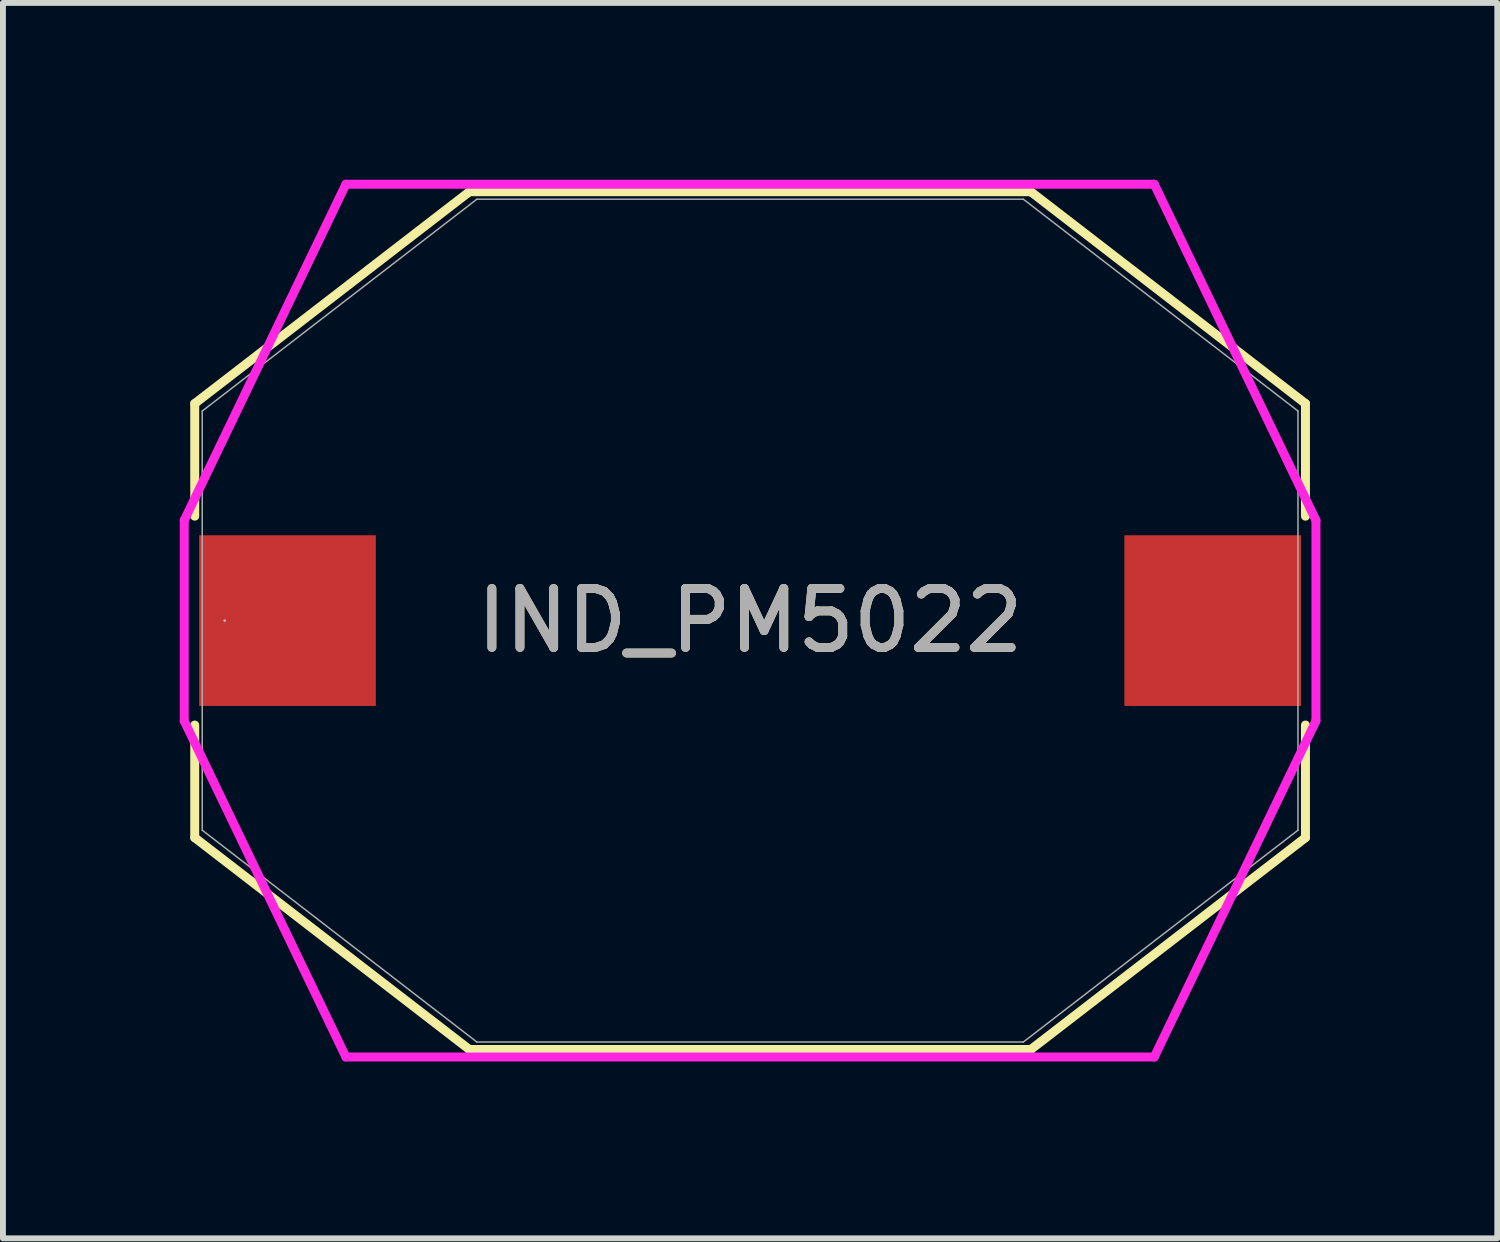
<source format=kicad_pcb>
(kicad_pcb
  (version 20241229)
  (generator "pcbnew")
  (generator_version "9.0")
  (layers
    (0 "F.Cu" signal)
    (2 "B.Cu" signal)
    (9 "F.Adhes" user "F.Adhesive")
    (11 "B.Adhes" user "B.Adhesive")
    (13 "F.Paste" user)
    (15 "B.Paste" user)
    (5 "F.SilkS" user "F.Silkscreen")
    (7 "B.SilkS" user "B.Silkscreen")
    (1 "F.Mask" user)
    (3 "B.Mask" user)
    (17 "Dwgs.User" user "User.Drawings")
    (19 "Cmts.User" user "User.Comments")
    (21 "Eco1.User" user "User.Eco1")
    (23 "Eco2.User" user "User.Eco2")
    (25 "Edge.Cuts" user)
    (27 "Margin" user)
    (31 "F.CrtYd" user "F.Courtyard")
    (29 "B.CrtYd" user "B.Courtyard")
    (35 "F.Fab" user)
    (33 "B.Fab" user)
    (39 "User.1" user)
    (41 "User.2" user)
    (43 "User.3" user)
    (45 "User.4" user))
  (footprint "IND_PM5022"
    (layer "F.Cu")
    (at 9.677 7.48)
    (property "Reference" "IND_PM5022" (at 0 0 0) (unlocked yes) (layer "F.SilkS") (effects (font (size 1 1) (thickness 0.15))))
    (attr smd)
    (fp_line (start -9.423 -3.683) (end -4.763 -7.277) (stroke (width 0.152) (type solid)) (layer "F.SilkS"))
    (fp_line (start -9.423 -1.772) (end -9.423 -3.683) (stroke (width 0.152) (type solid)) (layer "F.SilkS"))
    (fp_line (start -9.423 3.683) (end -9.423 1.772) (stroke (width 0.152) (type solid)) (layer "F.SilkS"))
    (fp_line (start -4.763 -7.277) (end 4.763 -7.277) (stroke (width 0.152) (type solid)) (layer "F.SilkS"))
    (fp_line (start -4.763 7.277) (end -9.423 3.683) (stroke (width 0.152) (type solid)) (layer "F.SilkS"))
    (fp_line (start 4.763 -7.277) (end 9.423 -3.683) (stroke (width 0.152) (type solid)) (layer "F.SilkS"))
    (fp_line (start 4.763 7.277) (end -4.763 7.277) (stroke (width 0.152) (type solid)) (layer "F.SilkS"))
    (fp_line (start 9.423 -3.683) (end 9.423 -1.772) (stroke (width 0.152) (type solid)) (layer "F.SilkS"))
    (fp_line (start 9.423 1.772) (end 9.423 3.683) (stroke (width 0.152) (type solid)) (layer "F.SilkS"))
    (fp_line (start 9.423 3.683) (end 4.763 7.277) (stroke (width 0.152) (type solid)) (layer "F.SilkS"))
    (fp_line (start -9.601 -1.702) (end -6.858 -7.404) (stroke (width 0.152) (type solid)) (layer "F.CrtYd"))
    (fp_line (start -9.601 1.702) (end -9.601 -1.702) (stroke (width 0.152) (type solid)) (layer "F.CrtYd"))
    (fp_line (start -6.858 -7.404) (end 6.858 -7.404) (stroke (width 0.152) (type solid)) (layer "F.CrtYd"))
    (fp_line (start -6.858 7.404) (end -9.601 1.702) (stroke (width 0.152) (type solid)) (layer "F.CrtYd"))
    (fp_line (start 6.858 -7.404) (end 9.601 -1.702) (stroke (width 0.152) (type solid)) (layer "F.CrtYd"))
    (fp_line (start 6.858 7.404) (end -6.858 7.404) (stroke (width 0.152) (type solid)) (layer "F.CrtYd"))
    (fp_line (start 9.601 -1.702) (end 9.601 1.702) (stroke (width 0.152) (type solid)) (layer "F.CrtYd"))
    (fp_line (start 9.601 1.702) (end 6.858 7.404) (stroke (width 0.152) (type solid)) (layer "F.CrtYd"))
    (fp_line (start -9.296 -3.556) (end -4.636 -7.15) (stroke (width 0.025) (type solid)) (layer "F.Fab"))
    (fp_line (start -9.296 3.556) (end -9.296 -3.556) (stroke (width 0.025) (type solid)) (layer "F.Fab"))
    (fp_line (start -4.636 -7.15) (end 4.636 -7.15) (stroke (width 0.025) (type solid)) (layer "F.Fab"))
    (fp_line (start -4.636 7.15) (end -9.296 3.556) (stroke (width 0.025) (type solid)) (layer "F.Fab"))
    (fp_line (start 4.636 -7.15) (end 9.296 -3.556) (stroke (width 0.025) (type solid)) (layer "F.Fab"))
    (fp_line (start 4.636 7.15) (end -4.636 7.15) (stroke (width 0.025) (type solid)) (layer "F.Fab"))
    (fp_line (start 9.296 -3.556) (end 9.296 3.556) (stroke (width 0.025) (type solid)) (layer "F.Fab"))
    (fp_line (start 9.296 3.556) (end 4.636 7.15) (stroke (width 0.025) (type solid)) (layer "F.Fab"))
    (fp_circle (center -8.915 0) (end -8.915 0) (stroke (width 0.025) (type solid)) (fill no) (layer "F.Fab"))
    (fp_text user "${REFERENCE}" (at 0 0 0) (unlocked yes) (layer "F.Fab") (effects (font (size 1 1) (thickness 0.15))))
    (pad "1" smd rect (at -7.849 0) (size 2.997 2.896) (layers "F.Cu" "F.Mask" "F.Paste"))
    (pad "2" smd rect (at 7.849 0) (size 2.997 2.896) (layers "F.Cu" "F.Mask" "F.Paste"))
    (zone (net_name "") (layer "F.Cu") (hatch full 0.508) (connect_pads) (min_thickness 0.254) (filled_areas_thickness no) (keepout (tracks not_allowed) (vias not_allowed) (pads allowed) (copperpour not_allowed) (footprints allowed)) (placement (enabled no)) (fill) (polygon (pts (xy 3.378 0.381) (xy 15.977 0.381) (xy 15.977 14.58) (xy 3.378 14.58)))))
  (gr_rect
    (start -3 -3)
    (end 22.355 17.961)
    (stroke (width 0.1) (type default))
    (fill no)
    (layer "Edge.Cuts")))
</source>
